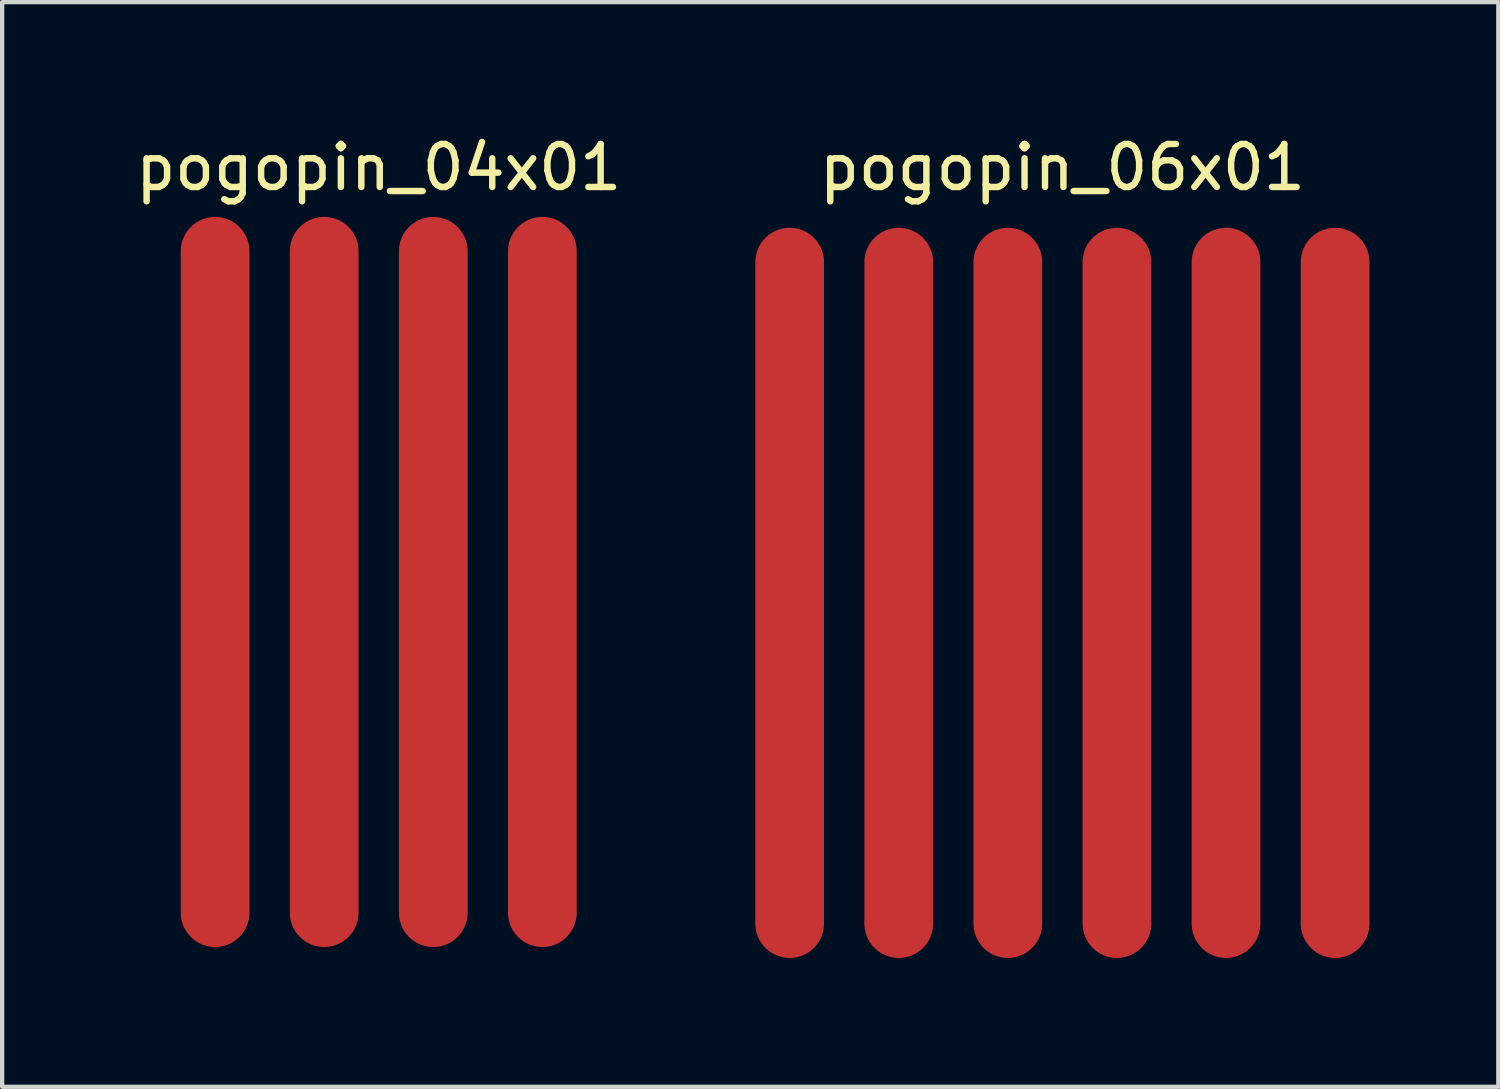
<source format=kicad_pcb>
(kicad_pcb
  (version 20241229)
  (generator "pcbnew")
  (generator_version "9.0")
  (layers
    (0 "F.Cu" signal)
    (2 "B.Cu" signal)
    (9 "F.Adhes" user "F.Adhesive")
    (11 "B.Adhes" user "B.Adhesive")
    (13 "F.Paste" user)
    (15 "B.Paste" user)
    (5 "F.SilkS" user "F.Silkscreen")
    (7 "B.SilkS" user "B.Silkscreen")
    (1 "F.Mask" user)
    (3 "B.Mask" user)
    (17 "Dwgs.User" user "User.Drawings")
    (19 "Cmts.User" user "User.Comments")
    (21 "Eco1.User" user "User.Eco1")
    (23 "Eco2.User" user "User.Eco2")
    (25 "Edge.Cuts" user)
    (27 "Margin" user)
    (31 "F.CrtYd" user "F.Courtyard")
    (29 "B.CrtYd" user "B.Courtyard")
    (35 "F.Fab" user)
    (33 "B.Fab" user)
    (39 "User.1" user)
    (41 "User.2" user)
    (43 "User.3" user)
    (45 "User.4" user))
  (footprint "pogopin_06x01"
    (layer "F.Cu")
    (at 21.686 10.754)
    (property "Reference" "pogopin_06x01" (at 0 -9.906 0) (layer "F.SilkS") (effects (font (size 1 1) (thickness 0.15))))
    (pad "1" smd oval (at -6.35 0) (size 1.6 17) (layers "F.Cu" "F.Mask" "F.Paste"))
    (pad "2" smd oval (at -3.81 0) (size 1.6 17) (layers "F.Cu" "F.Mask" "F.Paste"))
    (pad "3" smd oval (at -1.27 0) (size 1.6 17) (layers "F.Cu" "F.Mask" "F.Paste"))
    (pad "4" smd oval (at 1.27 0) (size 1.6 17) (layers "F.Cu" "F.Mask" "F.Paste"))
    (pad "5" smd oval (at 3.81 0) (size 1.6 17) (layers "F.Cu" "F.Mask" "F.Paste"))
    (pad "6" smd oval (at 6.35 0) (size 1.6 17) (layers "F.Cu" "F.Mask" "F.Paste")))
  (footprint "pogopin_04x01"
    (layer "F.Cu")
    (at 5.768 10.5)
    (property "Reference" "pogopin_04x01" (at 0 -9.652 0) (layer "F.SilkS") (effects (font (size 1 1) (thickness 0.15))))
    (pad "1" smd oval (at -3.81 0) (size 1.6 17) (layers "F.Cu" "F.Mask" "F.Paste"))
    (pad "2" smd oval (at -1.27 0) (size 1.6 17) (layers "F.Cu" "F.Mask" "F.Paste"))
    (pad "3" smd oval (at 1.27 0) (size 1.6 17) (layers "F.Cu" "F.Mask" "F.Paste"))
    (pad "4" smd oval (at 3.81 0) (size 1.6 17) (layers "F.Cu" "F.Mask" "F.Paste")))
  (gr_rect
    (start -3 -3)
    (end 31.836 22.254)
    (stroke (width 0.1) (type default))
    (fill no)
    (layer "Edge.Cuts")))
</source>
